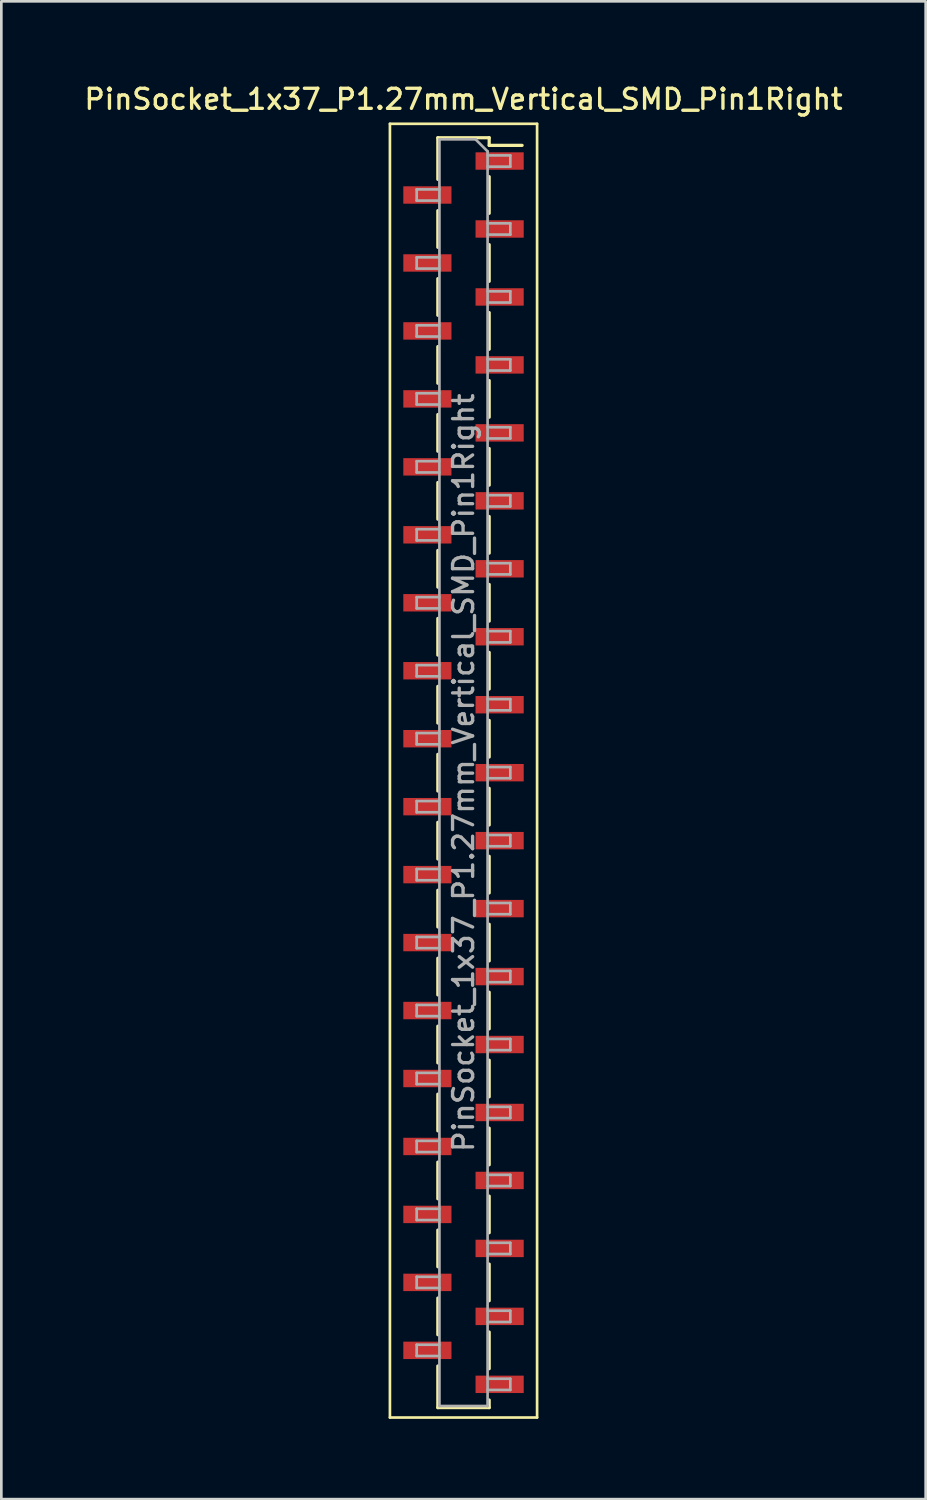
<source format=kicad_pcb>
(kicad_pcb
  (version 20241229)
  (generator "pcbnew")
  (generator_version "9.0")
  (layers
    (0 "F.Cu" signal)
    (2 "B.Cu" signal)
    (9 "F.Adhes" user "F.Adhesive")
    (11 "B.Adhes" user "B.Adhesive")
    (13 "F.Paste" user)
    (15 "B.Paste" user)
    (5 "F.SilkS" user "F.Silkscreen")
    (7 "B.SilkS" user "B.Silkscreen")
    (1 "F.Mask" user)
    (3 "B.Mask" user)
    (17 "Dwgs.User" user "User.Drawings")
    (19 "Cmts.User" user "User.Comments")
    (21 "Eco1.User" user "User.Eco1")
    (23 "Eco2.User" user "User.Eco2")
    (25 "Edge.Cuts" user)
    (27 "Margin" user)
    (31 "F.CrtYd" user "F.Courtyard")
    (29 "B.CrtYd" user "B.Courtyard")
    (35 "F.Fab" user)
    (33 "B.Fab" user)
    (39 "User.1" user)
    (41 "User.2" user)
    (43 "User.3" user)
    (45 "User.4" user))
  (footprint "PinSocket_1x37_P1.27mm_Vertical_SMD_Pin1Right"
    (layer "F.Cu")
    (at 14.273 25.828)
    (property "Reference" "PinSocket_1x37_P1.27mm_Vertical_SMD_Pin1Right" (at 0 -25.17 0) (layer "F.SilkS") (effects (font (size 0.75 0.75) (thickness 0.125))))
    (attr smd)
    (fp_line (start -2.75 -24.25) (end 2.75 -24.25) (stroke (width 0.1) (type solid)) (layer "F.SilkS"))
    (fp_line (start -2.75 24.1) (end -2.75 -24.25) (stroke (width 0.1) (type solid)) (layer "F.SilkS"))
    (fp_line (start -0.96 -23.73) (end -0.96 -22.175) (stroke (width 0.12) (type solid)) (layer "F.SilkS"))
    (fp_line (start -0.96 -23.73) (end 0.96 -23.73) (stroke (width 0.12) (type solid)) (layer "F.SilkS"))
    (fp_line (start -0.96 -21.005) (end -0.96 -19.635) (stroke (width 0.12) (type solid)) (layer "F.SilkS"))
    (fp_line (start -0.96 -18.465) (end -0.96 -17.095) (stroke (width 0.12) (type solid)) (layer "F.SilkS"))
    (fp_line (start -0.96 -15.925) (end -0.96 -14.555) (stroke (width 0.12) (type solid)) (layer "F.SilkS"))
    (fp_line (start -0.96 -13.385) (end -0.96 -12.015) (stroke (width 0.12) (type solid)) (layer "F.SilkS"))
    (fp_line (start -0.96 -10.845) (end -0.96 -9.475) (stroke (width 0.12) (type solid)) (layer "F.SilkS"))
    (fp_line (start -0.96 -8.305) (end -0.96 -6.935) (stroke (width 0.12) (type solid)) (layer "F.SilkS"))
    (fp_line (start -0.96 -5.765) (end -0.96 -4.395) (stroke (width 0.12) (type solid)) (layer "F.SilkS"))
    (fp_line (start -0.96 -3.225) (end -0.96 -1.855) (stroke (width 0.12) (type solid)) (layer "F.SilkS"))
    (fp_line (start -0.96 -0.685) (end -0.96 0.685) (stroke (width 0.12) (type solid)) (layer "F.SilkS"))
    (fp_line (start -0.96 1.855) (end -0.96 3.225) (stroke (width 0.12) (type solid)) (layer "F.SilkS"))
    (fp_line (start -0.96 4.395) (end -0.96 5.765) (stroke (width 0.12) (type solid)) (layer "F.SilkS"))
    (fp_line (start -0.96 6.935) (end -0.96 8.305) (stroke (width 0.12) (type solid)) (layer "F.SilkS"))
    (fp_line (start -0.96 9.475) (end -0.96 10.845) (stroke (width 0.12) (type solid)) (layer "F.SilkS"))
    (fp_line (start -0.96 12.015) (end -0.96 13.385) (stroke (width 0.12) (type solid)) (layer "F.SilkS"))
    (fp_line (start -0.96 14.555) (end -0.96 15.925) (stroke (width 0.12) (type solid)) (layer "F.SilkS"))
    (fp_line (start -0.96 17.095) (end -0.96 18.465) (stroke (width 0.12) (type solid)) (layer "F.SilkS"))
    (fp_line (start -0.96 19.635) (end -0.96 21.005) (stroke (width 0.12) (type solid)) (layer "F.SilkS"))
    (fp_line (start -0.96 22.175) (end -0.96 23.73) (stroke (width 0.12) (type solid)) (layer "F.SilkS"))
    (fp_line (start -0.96 23.73) (end 0.96 23.73) (stroke (width 0.12) (type solid)) (layer "F.SilkS"))
    (fp_line (start 0.96 -23.73) (end 0.96 -23.445) (stroke (width 0.12) (type solid)) (layer "F.SilkS"))
    (fp_line (start 0.96 -23.445) (end 2.19 -23.445) (stroke (width 0.12) (type solid)) (layer "F.SilkS"))
    (fp_line (start 0.96 -22.275) (end 0.96 -20.905) (stroke (width 0.12) (type solid)) (layer "F.SilkS"))
    (fp_line (start 0.96 -19.735) (end 0.96 -18.365) (stroke (width 0.12) (type solid)) (layer "F.SilkS"))
    (fp_line (start 0.96 -17.195) (end 0.96 -15.825) (stroke (width 0.12) (type solid)) (layer "F.SilkS"))
    (fp_line (start 0.96 -14.655) (end 0.96 -13.285) (stroke (width 0.12) (type solid)) (layer "F.SilkS"))
    (fp_line (start 0.96 -12.115) (end 0.96 -10.745) (stroke (width 0.12) (type solid)) (layer "F.SilkS"))
    (fp_line (start 0.96 -9.575) (end 0.96 -8.205) (stroke (width 0.12) (type solid)) (layer "F.SilkS"))
    (fp_line (start 0.96 -7.035) (end 0.96 -5.665) (stroke (width 0.12) (type solid)) (layer "F.SilkS"))
    (fp_line (start 0.96 -4.495) (end 0.96 -3.125) (stroke (width 0.12) (type solid)) (layer "F.SilkS"))
    (fp_line (start 0.96 -1.955) (end 0.96 -0.585) (stroke (width 0.12) (type solid)) (layer "F.SilkS"))
    (fp_line (start 0.96 0.585) (end 0.96 1.955) (stroke (width 0.12) (type solid)) (layer "F.SilkS"))
    (fp_line (start 0.96 3.125) (end 0.96 4.495) (stroke (width 0.12) (type solid)) (layer "F.SilkS"))
    (fp_line (start 0.96 5.665) (end 0.96 7.035) (stroke (width 0.12) (type solid)) (layer "F.SilkS"))
    (fp_line (start 0.96 8.205) (end 0.96 9.575) (stroke (width 0.12) (type solid)) (layer "F.SilkS"))
    (fp_line (start 0.96 10.745) (end 0.96 12.115) (stroke (width 0.12) (type solid)) (layer "F.SilkS"))
    (fp_line (start 0.96 13.285) (end 0.96 14.655) (stroke (width 0.12) (type solid)) (layer "F.SilkS"))
    (fp_line (start 0.96 15.825) (end 0.96 17.195) (stroke (width 0.12) (type solid)) (layer "F.SilkS"))
    (fp_line (start 0.96 18.365) (end 0.96 19.735) (stroke (width 0.12) (type solid)) (layer "F.SilkS"))
    (fp_line (start 0.96 20.905) (end 0.96 22.275) (stroke (width 0.12) (type solid)) (layer "F.SilkS"))
    (fp_line (start 0.96 23.445) (end 0.96 23.73) (stroke (width 0.12) (type solid)) (layer "F.SilkS"))
    (fp_line (start 2.75 -24.25) (end 2.75 24.1) (stroke (width 0.1) (type solid)) (layer "F.SilkS"))
    (fp_line (start 2.75 24.1) (end -2.75 24.1) (stroke (width 0.1) (type solid)) (layer "F.SilkS"))
    (fp_line (start -1.75 -21.8) (end -0.9 -21.8) (stroke (width 0.1) (type solid)) (layer "F.Fab"))
    (fp_line (start -1.75 -21.38) (end -1.75 -21.8) (stroke (width 0.1) (type solid)) (layer "F.Fab"))
    (fp_line (start -1.75 -19.26) (end -0.9 -19.26) (stroke (width 0.1) (type solid)) (layer "F.Fab"))
    (fp_line (start -1.75 -18.84) (end -1.75 -19.26) (stroke (width 0.1) (type solid)) (layer "F.Fab"))
    (fp_line (start -1.75 -16.72) (end -0.9 -16.72) (stroke (width 0.1) (type solid)) (layer "F.Fab"))
    (fp_line (start -1.75 -16.3) (end -1.75 -16.72) (stroke (width 0.1) (type solid)) (layer "F.Fab"))
    (fp_line (start -1.75 -14.18) (end -0.9 -14.18) (stroke (width 0.1) (type solid)) (layer "F.Fab"))
    (fp_line (start -1.75 -13.76) (end -1.75 -14.18) (stroke (width 0.1) (type solid)) (layer "F.Fab"))
    (fp_line (start -1.75 -11.64) (end -0.9 -11.64) (stroke (width 0.1) (type solid)) (layer "F.Fab"))
    (fp_line (start -1.75 -11.22) (end -1.75 -11.64) (stroke (width 0.1) (type solid)) (layer "F.Fab"))
    (fp_line (start -1.75 -9.1) (end -0.9 -9.1) (stroke (width 0.1) (type solid)) (layer "F.Fab"))
    (fp_line (start -1.75 -8.68) (end -1.75 -9.1) (stroke (width 0.1) (type solid)) (layer "F.Fab"))
    (fp_line (start -1.75 -6.56) (end -0.9 -6.56) (stroke (width 0.1) (type solid)) (layer "F.Fab"))
    (fp_line (start -1.75 -6.14) (end -1.75 -6.56) (stroke (width 0.1) (type solid)) (layer "F.Fab"))
    (fp_line (start -1.75 -4.02) (end -0.9 -4.02) (stroke (width 0.1) (type solid)) (layer "F.Fab"))
    (fp_line (start -1.75 -3.6) (end -1.75 -4.02) (stroke (width 0.1) (type solid)) (layer "F.Fab"))
    (fp_line (start -1.75 -1.48) (end -0.9 -1.48) (stroke (width 0.1) (type solid)) (layer "F.Fab"))
    (fp_line (start -1.75 -1.06) (end -1.75 -1.48) (stroke (width 0.1) (type solid)) (layer "F.Fab"))
    (fp_line (start -1.75 1.06) (end -0.9 1.06) (stroke (width 0.1) (type solid)) (layer "F.Fab"))
    (fp_line (start -1.75 1.48) (end -1.75 1.06) (stroke (width 0.1) (type solid)) (layer "F.Fab"))
    (fp_line (start -1.75 3.6) (end -0.9 3.6) (stroke (width 0.1) (type solid)) (layer "F.Fab"))
    (fp_line (start -1.75 4.02) (end -1.75 3.6) (stroke (width 0.1) (type solid)) (layer "F.Fab"))
    (fp_line (start -1.75 6.14) (end -0.9 6.14) (stroke (width 0.1) (type solid)) (layer "F.Fab"))
    (fp_line (start -1.75 6.56) (end -1.75 6.14) (stroke (width 0.1) (type solid)) (layer "F.Fab"))
    (fp_line (start -1.75 8.68) (end -0.9 8.68) (stroke (width 0.1) (type solid)) (layer "F.Fab"))
    (fp_line (start -1.75 9.1) (end -1.75 8.68) (stroke (width 0.1) (type solid)) (layer "F.Fab"))
    (fp_line (start -1.75 11.22) (end -0.9 11.22) (stroke (width 0.1) (type solid)) (layer "F.Fab"))
    (fp_line (start -1.75 11.64) (end -1.75 11.22) (stroke (width 0.1) (type solid)) (layer "F.Fab"))
    (fp_line (start -1.75 13.76) (end -0.9 13.76) (stroke (width 0.1) (type solid)) (layer "F.Fab"))
    (fp_line (start -1.75 14.18) (end -1.75 13.76) (stroke (width 0.1) (type solid)) (layer "F.Fab"))
    (fp_line (start -1.75 16.3) (end -0.9 16.3) (stroke (width 0.1) (type solid)) (layer "F.Fab"))
    (fp_line (start -1.75 16.72) (end -1.75 16.3) (stroke (width 0.1) (type solid)) (layer "F.Fab"))
    (fp_line (start -1.75 18.84) (end -0.9 18.84) (stroke (width 0.1) (type solid)) (layer "F.Fab"))
    (fp_line (start -1.75 19.26) (end -1.75 18.84) (stroke (width 0.1) (type solid)) (layer "F.Fab"))
    (fp_line (start -1.75 21.38) (end -0.9 21.38) (stroke (width 0.1) (type solid)) (layer "F.Fab"))
    (fp_line (start -1.75 21.8) (end -1.75 21.38) (stroke (width 0.1) (type solid)) (layer "F.Fab"))
    (fp_line (start -0.9 -23.67) (end 0.45 -23.67) (stroke (width 0.1) (type solid)) (layer "F.Fab"))
    (fp_line (start -0.9 -21.38) (end -1.75 -21.38) (stroke (width 0.1) (type solid)) (layer "F.Fab"))
    (fp_line (start -0.9 -18.84) (end -1.75 -18.84) (stroke (width 0.1) (type solid)) (layer "F.Fab"))
    (fp_line (start -0.9 -16.3) (end -1.75 -16.3) (stroke (width 0.1) (type solid)) (layer "F.Fab"))
    (fp_line (start -0.9 -13.76) (end -1.75 -13.76) (stroke (width 0.1) (type solid)) (layer "F.Fab"))
    (fp_line (start -0.9 -11.22) (end -1.75 -11.22) (stroke (width 0.1) (type solid)) (layer "F.Fab"))
    (fp_line (start -0.9 -8.68) (end -1.75 -8.68) (stroke (width 0.1) (type solid)) (layer "F.Fab"))
    (fp_line (start -0.9 -6.14) (end -1.75 -6.14) (stroke (width 0.1) (type solid)) (layer "F.Fab"))
    (fp_line (start -0.9 -3.6) (end -1.75 -3.6) (stroke (width 0.1) (type solid)) (layer "F.Fab"))
    (fp_line (start -0.9 -1.06) (end -1.75 -1.06) (stroke (width 0.1) (type solid)) (layer "F.Fab"))
    (fp_line (start -0.9 1.48) (end -1.75 1.48) (stroke (width 0.1) (type solid)) (layer "F.Fab"))
    (fp_line (start -0.9 4.02) (end -1.75 4.02) (stroke (width 0.1) (type solid)) (layer "F.Fab"))
    (fp_line (start -0.9 6.56) (end -1.75 6.56) (stroke (width 0.1) (type solid)) (layer "F.Fab"))
    (fp_line (start -0.9 9.1) (end -1.75 9.1) (stroke (width 0.1) (type solid)) (layer "F.Fab"))
    (fp_line (start -0.9 11.64) (end -1.75 11.64) (stroke (width 0.1) (type solid)) (layer "F.Fab"))
    (fp_line (start -0.9 14.18) (end -1.75 14.18) (stroke (width 0.1) (type solid)) (layer "F.Fab"))
    (fp_line (start -0.9 16.72) (end -1.75 16.72) (stroke (width 0.1) (type solid)) (layer "F.Fab"))
    (fp_line (start -0.9 19.26) (end -1.75 19.26) (stroke (width 0.1) (type solid)) (layer "F.Fab"))
    (fp_line (start -0.9 21.8) (end -1.75 21.8) (stroke (width 0.1) (type solid)) (layer "F.Fab"))
    (fp_line (start -0.9 23.67) (end -0.9 -23.67) (stroke (width 0.1) (type solid)) (layer "F.Fab"))
    (fp_line (start 0.45 -23.67) (end 0.9 -23.22) (stroke (width 0.1) (type solid)) (layer "F.Fab"))
    (fp_line (start 0.9 -23.22) (end 0.9 23.67) (stroke (width 0.1) (type solid)) (layer "F.Fab"))
    (fp_line (start 0.9 -23.07) (end 1.75 -23.07) (stroke (width 0.1) (type solid)) (layer "F.Fab"))
    (fp_line (start 0.9 -20.53) (end 1.75 -20.53) (stroke (width 0.1) (type solid)) (layer "F.Fab"))
    (fp_line (start 0.9 -17.99) (end 1.75 -17.99) (stroke (width 0.1) (type solid)) (layer "F.Fab"))
    (fp_line (start 0.9 -15.45) (end 1.75 -15.45) (stroke (width 0.1) (type solid)) (layer "F.Fab"))
    (fp_line (start 0.9 -12.91) (end 1.75 -12.91) (stroke (width 0.1) (type solid)) (layer "F.Fab"))
    (fp_line (start 0.9 -10.37) (end 1.75 -10.37) (stroke (width 0.1) (type solid)) (layer "F.Fab"))
    (fp_line (start 0.9 -7.83) (end 1.75 -7.83) (stroke (width 0.1) (type solid)) (layer "F.Fab"))
    (fp_line (start 0.9 -5.29) (end 1.75 -5.29) (stroke (width 0.1) (type solid)) (layer "F.Fab"))
    (fp_line (start 0.9 -2.75) (end 1.75 -2.75) (stroke (width 0.1) (type solid)) (layer "F.Fab"))
    (fp_line (start 0.9 -0.21) (end 1.75 -0.21) (stroke (width 0.1) (type solid)) (layer "F.Fab"))
    (fp_line (start 0.9 2.33) (end 1.75 2.33) (stroke (width 0.1) (type solid)) (layer "F.Fab"))
    (fp_line (start 0.9 4.87) (end 1.75 4.87) (stroke (width 0.1) (type solid)) (layer "F.Fab"))
    (fp_line (start 0.9 7.41) (end 1.75 7.41) (stroke (width 0.1) (type solid)) (layer "F.Fab"))
    (fp_line (start 0.9 9.95) (end 1.75 9.95) (stroke (width 0.1) (type solid)) (layer "F.Fab"))
    (fp_line (start 0.9 12.49) (end 1.75 12.49) (stroke (width 0.1) (type solid)) (layer "F.Fab"))
    (fp_line (start 0.9 15.03) (end 1.75 15.03) (stroke (width 0.1) (type solid)) (layer "F.Fab"))
    (fp_line (start 0.9 17.57) (end 1.75 17.57) (stroke (width 0.1) (type solid)) (layer "F.Fab"))
    (fp_line (start 0.9 20.11) (end 1.75 20.11) (stroke (width 0.1) (type solid)) (layer "F.Fab"))
    (fp_line (start 0.9 22.65) (end 1.75 22.65) (stroke (width 0.1) (type solid)) (layer "F.Fab"))
    (fp_line (start 0.9 23.67) (end -0.9 23.67) (stroke (width 0.1) (type solid)) (layer "F.Fab"))
    (fp_line (start 1.75 -23.07) (end 1.75 -22.65) (stroke (width 0.1) (type solid)) (layer "F.Fab"))
    (fp_line (start 1.75 -22.65) (end 0.9 -22.65) (stroke (width 0.1) (type solid)) (layer "F.Fab"))
    (fp_line (start 1.75 -20.53) (end 1.75 -20.11) (stroke (width 0.1) (type solid)) (layer "F.Fab"))
    (fp_line (start 1.75 -20.11) (end 0.9 -20.11) (stroke (width 0.1) (type solid)) (layer "F.Fab"))
    (fp_line (start 1.75 -17.99) (end 1.75 -17.57) (stroke (width 0.1) (type solid)) (layer "F.Fab"))
    (fp_line (start 1.75 -17.57) (end 0.9 -17.57) (stroke (width 0.1) (type solid)) (layer "F.Fab"))
    (fp_line (start 1.75 -15.45) (end 1.75 -15.03) (stroke (width 0.1) (type solid)) (layer "F.Fab"))
    (fp_line (start 1.75 -15.03) (end 0.9 -15.03) (stroke (width 0.1) (type solid)) (layer "F.Fab"))
    (fp_line (start 1.75 -12.91) (end 1.75 -12.49) (stroke (width 0.1) (type solid)) (layer "F.Fab"))
    (fp_line (start 1.75 -12.49) (end 0.9 -12.49) (stroke (width 0.1) (type solid)) (layer "F.Fab"))
    (fp_line (start 1.75 -10.37) (end 1.75 -9.95) (stroke (width 0.1) (type solid)) (layer "F.Fab"))
    (fp_line (start 1.75 -9.95) (end 0.9 -9.95) (stroke (width 0.1) (type solid)) (layer "F.Fab"))
    (fp_line (start 1.75 -7.83) (end 1.75 -7.41) (stroke (width 0.1) (type solid)) (layer "F.Fab"))
    (fp_line (start 1.75 -7.41) (end 0.9 -7.41) (stroke (width 0.1) (type solid)) (layer "F.Fab"))
    (fp_line (start 1.75 -5.29) (end 1.75 -4.87) (stroke (width 0.1) (type solid)) (layer "F.Fab"))
    (fp_line (start 1.75 -4.87) (end 0.9 -4.87) (stroke (width 0.1) (type solid)) (layer "F.Fab"))
    (fp_line (start 1.75 -2.75) (end 1.75 -2.33) (stroke (width 0.1) (type solid)) (layer "F.Fab"))
    (fp_line (start 1.75 -2.33) (end 0.9 -2.33) (stroke (width 0.1) (type solid)) (layer "F.Fab"))
    (fp_line (start 1.75 -0.21) (end 1.75 0.21) (stroke (width 0.1) (type solid)) (layer "F.Fab"))
    (fp_line (start 1.75 0.21) (end 0.9 0.21) (stroke (width 0.1) (type solid)) (layer "F.Fab"))
    (fp_line (start 1.75 2.33) (end 1.75 2.75) (stroke (width 0.1) (type solid)) (layer "F.Fab"))
    (fp_line (start 1.75 2.75) (end 0.9 2.75) (stroke (width 0.1) (type solid)) (layer "F.Fab"))
    (fp_line (start 1.75 4.87) (end 1.75 5.29) (stroke (width 0.1) (type solid)) (layer "F.Fab"))
    (fp_line (start 1.75 5.29) (end 0.9 5.29) (stroke (width 0.1) (type solid)) (layer "F.Fab"))
    (fp_line (start 1.75 7.41) (end 1.75 7.83) (stroke (width 0.1) (type solid)) (layer "F.Fab"))
    (fp_line (start 1.75 7.83) (end 0.9 7.83) (stroke (width 0.1) (type solid)) (layer "F.Fab"))
    (fp_line (start 1.75 9.95) (end 1.75 10.37) (stroke (width 0.1) (type solid)) (layer "F.Fab"))
    (fp_line (start 1.75 10.37) (end 0.9 10.37) (stroke (width 0.1) (type solid)) (layer "F.Fab"))
    (fp_line (start 1.75 12.49) (end 1.75 12.91) (stroke (width 0.1) (type solid)) (layer "F.Fab"))
    (fp_line (start 1.75 12.91) (end 0.9 12.91) (stroke (width 0.1) (type solid)) (layer "F.Fab"))
    (fp_line (start 1.75 15.03) (end 1.75 15.45) (stroke (width 0.1) (type solid)) (layer "F.Fab"))
    (fp_line (start 1.75 15.45) (end 0.9 15.45) (stroke (width 0.1) (type solid)) (layer "F.Fab"))
    (fp_line (start 1.75 17.57) (end 1.75 17.99) (stroke (width 0.1) (type solid)) (layer "F.Fab"))
    (fp_line (start 1.75 17.99) (end 0.9 17.99) (stroke (width 0.1) (type solid)) (layer "F.Fab"))
    (fp_line (start 1.75 20.11) (end 1.75 20.53) (stroke (width 0.1) (type solid)) (layer "F.Fab"))
    (fp_line (start 1.75 20.53) (end 0.9 20.53) (stroke (width 0.1) (type solid)) (layer "F.Fab"))
    (fp_line (start 1.75 22.65) (end 1.75 23.07) (stroke (width 0.1) (type solid)) (layer "F.Fab"))
    (fp_line (start 1.75 23.07) (end 0.9 23.07) (stroke (width 0.1) (type solid)) (layer "F.Fab"))
    (fp_text user "${REFERENCE}" (at 0 0 90) (layer "F.Fab") (effects (font (size 0.75 0.75) (thickness 0.125))))
    (pad "1" smd rect (at 1.35 -22.86) (size 1.8 0.65) (layers "F.Cu" "F.Mask" "F.Paste"))
    (pad "2" smd rect (at -1.35 -21.59) (size 1.8 0.65) (layers "F.Cu" "F.Mask" "F.Paste"))
    (pad "3" smd rect (at 1.35 -20.32) (size 1.8 0.65) (layers "F.Cu" "F.Mask" "F.Paste"))
    (pad "4" smd rect (at -1.35 -19.05) (size 1.8 0.65) (layers "F.Cu" "F.Mask" "F.Paste"))
    (pad "5" smd rect (at 1.35 -17.78) (size 1.8 0.65) (layers "F.Cu" "F.Mask" "F.Paste"))
    (pad "6" smd rect (at -1.35 -16.51) (size 1.8 0.65) (layers "F.Cu" "F.Mask" "F.Paste"))
    (pad "7" smd rect (at 1.35 -15.24) (size 1.8 0.65) (layers "F.Cu" "F.Mask" "F.Paste"))
    (pad "8" smd rect (at -1.35 -13.97) (size 1.8 0.65) (layers "F.Cu" "F.Mask" "F.Paste"))
    (pad "9" smd rect (at 1.35 -12.7) (size 1.8 0.65) (layers "F.Cu" "F.Mask" "F.Paste"))
    (pad "10" smd rect (at -1.35 -11.43) (size 1.8 0.65) (layers "F.Cu" "F.Mask" "F.Paste"))
    (pad "11" smd rect (at 1.35 -10.16) (size 1.8 0.65) (layers "F.Cu" "F.Mask" "F.Paste"))
    (pad "12" smd rect (at -1.35 -8.89) (size 1.8 0.65) (layers "F.Cu" "F.Mask" "F.Paste"))
    (pad "13" smd rect (at 1.35 -7.62) (size 1.8 0.65) (layers "F.Cu" "F.Mask" "F.Paste"))
    (pad "14" smd rect (at -1.35 -6.35) (size 1.8 0.65) (layers "F.Cu" "F.Mask" "F.Paste"))
    (pad "15" smd rect (at 1.35 -5.08) (size 1.8 0.65) (layers "F.Cu" "F.Mask" "F.Paste"))
    (pad "16" smd rect (at -1.35 -3.81) (size 1.8 0.65) (layers "F.Cu" "F.Mask" "F.Paste"))
    (pad "17" smd rect (at 1.35 -2.54) (size 1.8 0.65) (layers "F.Cu" "F.Mask" "F.Paste"))
    (pad "18" smd rect (at -1.35 -1.27) (size 1.8 0.65) (layers "F.Cu" "F.Mask" "F.Paste"))
    (pad "19" smd rect (at 1.35 0) (size 1.8 0.65) (layers "F.Cu" "F.Mask" "F.Paste"))
    (pad "20" smd rect (at -1.35 1.27) (size 1.8 0.65) (layers "F.Cu" "F.Mask" "F.Paste"))
    (pad "21" smd rect (at 1.35 2.54) (size 1.8 0.65) (layers "F.Cu" "F.Mask" "F.Paste"))
    (pad "22" smd rect (at -1.35 3.81) (size 1.8 0.65) (layers "F.Cu" "F.Mask" "F.Paste"))
    (pad "23" smd rect (at 1.35 5.08) (size 1.8 0.65) (layers "F.Cu" "F.Mask" "F.Paste"))
    (pad "24" smd rect (at -1.35 6.35) (size 1.8 0.65) (layers "F.Cu" "F.Mask" "F.Paste"))
    (pad "25" smd rect (at 1.35 7.62) (size 1.8 0.65) (layers "F.Cu" "F.Mask" "F.Paste"))
    (pad "26" smd rect (at -1.35 8.89) (size 1.8 0.65) (layers "F.Cu" "F.Mask" "F.Paste"))
    (pad "27" smd rect (at 1.35 10.16) (size 1.8 0.65) (layers "F.Cu" "F.Mask" "F.Paste"))
    (pad "28" smd rect (at -1.35 11.43) (size 1.8 0.65) (layers "F.Cu" "F.Mask" "F.Paste"))
    (pad "29" smd rect (at 1.35 12.7) (size 1.8 0.65) (layers "F.Cu" "F.Mask" "F.Paste"))
    (pad "30" smd rect (at -1.35 13.97) (size 1.8 0.65) (layers "F.Cu" "F.Mask" "F.Paste"))
    (pad "31" smd rect (at 1.35 15.24) (size 1.8 0.65) (layers "F.Cu" "F.Mask" "F.Paste"))
    (pad "32" smd rect (at -1.35 16.51) (size 1.8 0.65) (layers "F.Cu" "F.Mask" "F.Paste"))
    (pad "33" smd rect (at 1.35 17.78) (size 1.8 0.65) (layers "F.Cu" "F.Mask" "F.Paste"))
    (pad "34" smd rect (at -1.35 19.05) (size 1.8 0.65) (layers "F.Cu" "F.Mask" "F.Paste"))
    (pad "35" smd rect (at 1.35 20.32) (size 1.8 0.65) (layers "F.Cu" "F.Mask" "F.Paste"))
    (pad "36" smd rect (at -1.35 21.59) (size 1.8 0.65) (layers "F.Cu" "F.Mask" "F.Paste"))
    (pad "37" smd rect (at 1.35 22.86) (size 1.8 0.65) (layers "F.Cu" "F.Mask" "F.Paste")))
  (gr_rect
    (start -3 -3)
    (end 31.546 52.978)
    (stroke (width 0.1) (type default))
    (fill no)
    (layer "Edge.Cuts")))
</source>
